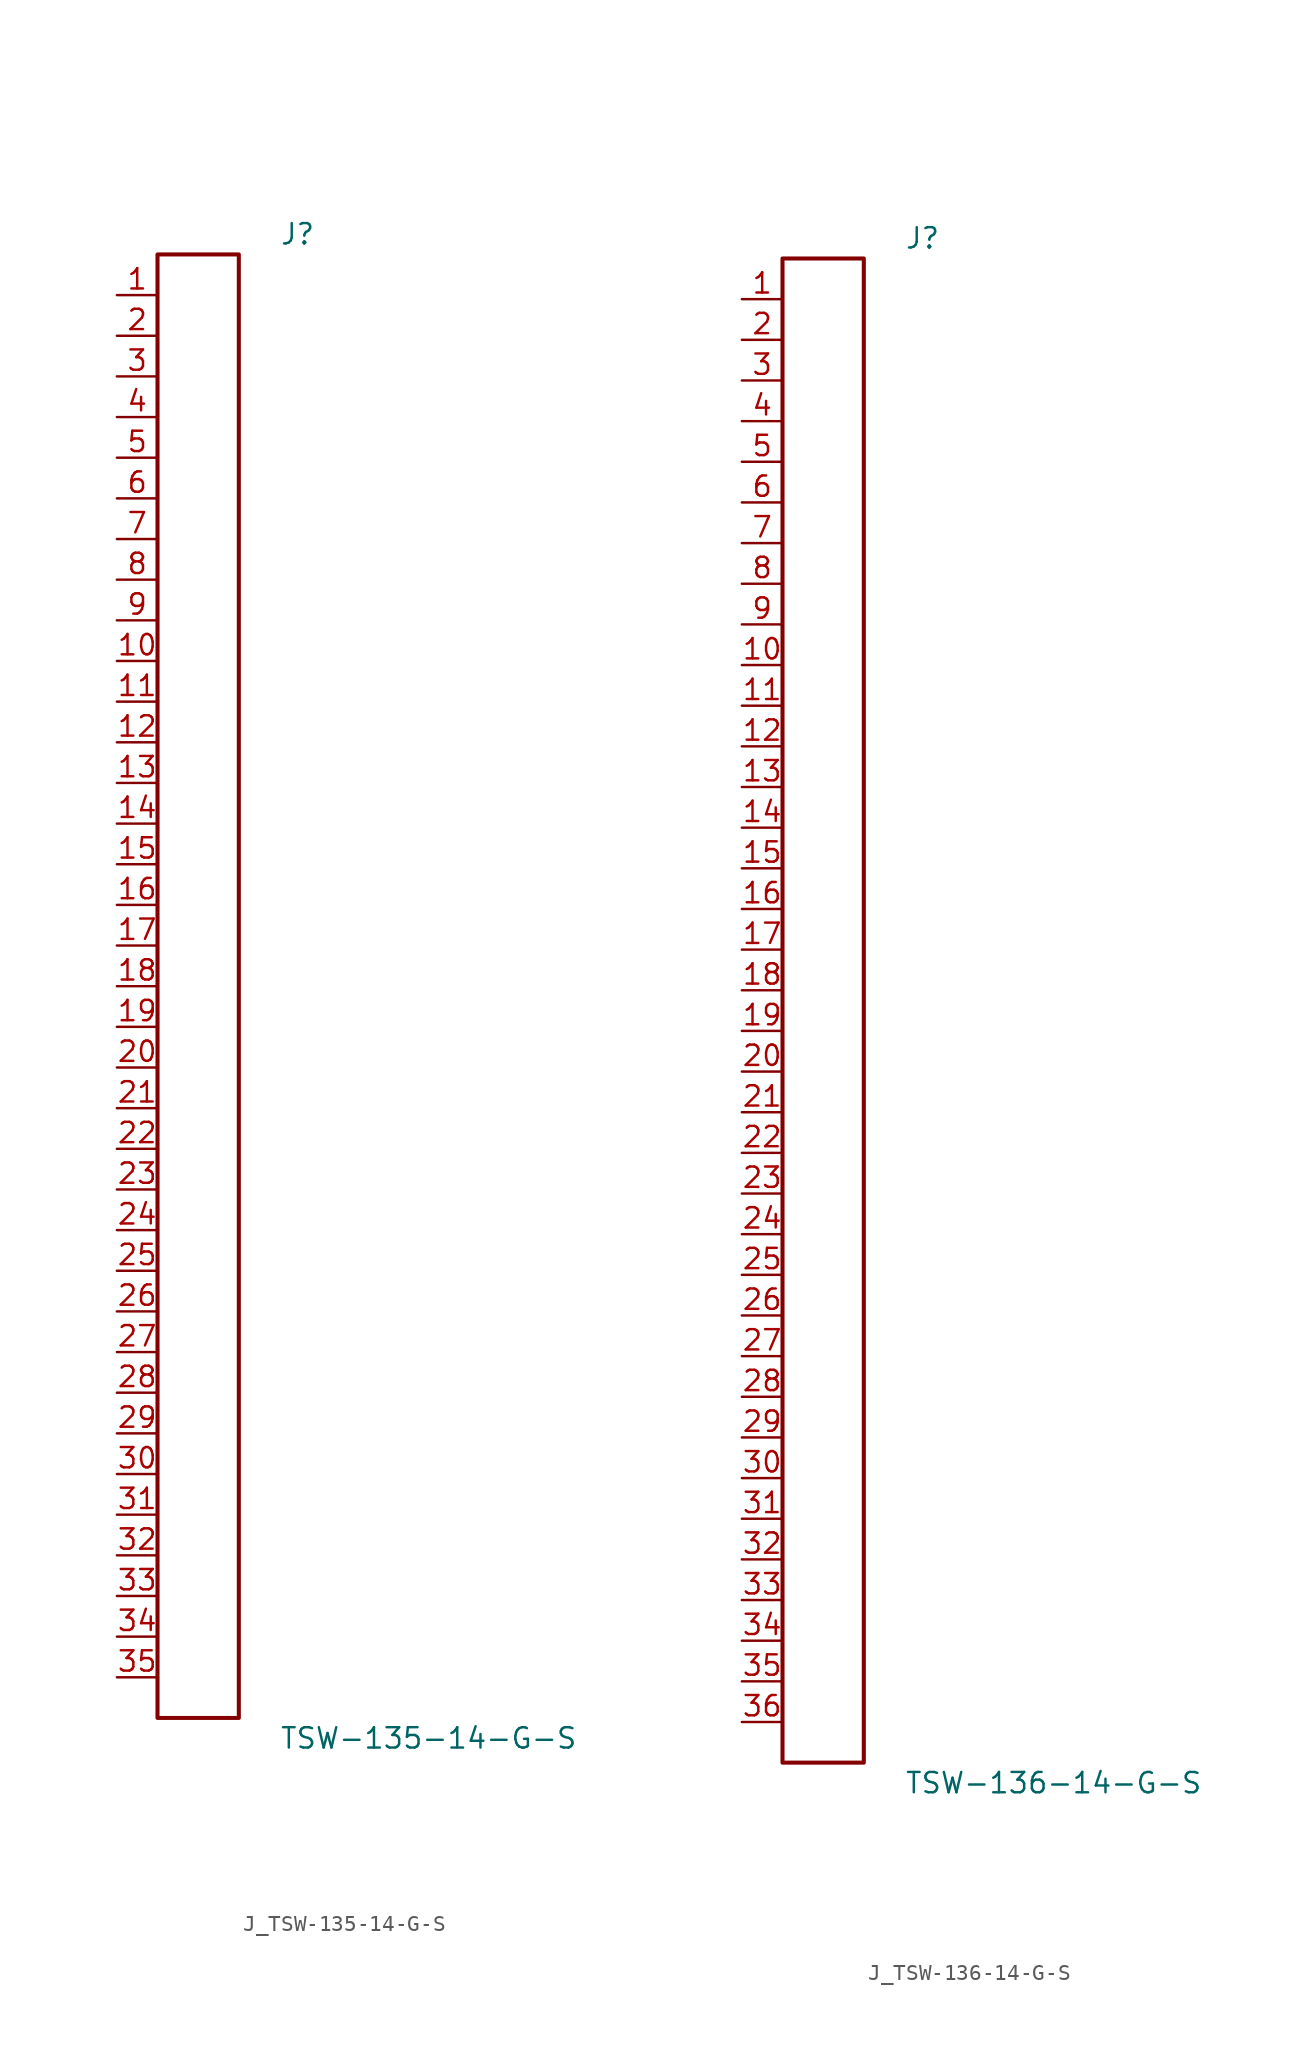
<source format=kicad_sym>
(kicad_symbol_lib
  (version 20231120)
  (generator kicad_symbol_editor)
  (generator_version 8.0)
  (symbol "J_TSW-135-14-G-S"
    (pin_names
      (offset 0.254))
    (property "Reference" "J"
      (at 5.08 46.99 0)
      (effects (font (size 1.27 1.27)) (justify left)))
    (property "Value" "TSW-135-14-G-S"
      (at 5.08 -46.99 0)
      (effects (font (size 1.27 1.27)) (justify left)))
    (symbol "J_TSW-135-14-G-S_0_0"
      (pin passive line (at -5.08 43.18 0) (length 2.54) (name "" (effects (font (size 1.27 1.27)))) (number "1" (effects (font (size 1.27 1.27)))))
      (pin passive line (at -5.08 40.64 0) (length 2.54) (name "" (effects (font (size 1.27 1.27)))) (number "2" (effects (font (size 1.27 1.27)))))
      (pin passive line (at -5.08 38.1 0) (length 2.54) (name "" (effects (font (size 1.27 1.27)))) (number "3" (effects (font (size 1.27 1.27)))))
      (pin passive line (at -5.08 35.56 0) (length 2.54) (name "" (effects (font (size 1.27 1.27)))) (number "4" (effects (font (size 1.27 1.27)))))
      (pin passive line (at -5.08 33.02 0) (length 2.54) (name "" (effects (font (size 1.27 1.27)))) (number "5" (effects (font (size 1.27 1.27)))))
      (pin passive line (at -5.08 30.48 0) (length 2.54) (name "" (effects (font (size 1.27 1.27)))) (number "6" (effects (font (size 1.27 1.27)))))
      (pin passive line (at -5.08 27.94 0) (length 2.54) (name "" (effects (font (size 1.27 1.27)))) (number "7" (effects (font (size 1.27 1.27)))))
      (pin passive line (at -5.08 25.4 0) (length 2.54) (name "" (effects (font (size 1.27 1.27)))) (number "8" (effects (font (size 1.27 1.27)))))
      (pin passive line (at -5.08 22.86 0) (length 2.54) (name "" (effects (font (size 1.27 1.27)))) (number "9" (effects (font (size 1.27 1.27)))))
      (pin passive line (at -5.08 20.32 0) (length 2.54) (name "" (effects (font (size 1.27 1.27)))) (number "10" (effects (font (size 1.27 1.27)))))
      (pin passive line (at -5.08 17.78 0) (length 2.54) (name "" (effects (font (size 1.27 1.27)))) (number "11" (effects (font (size 1.27 1.27)))))
      (pin passive line (at -5.08 15.24 0) (length 2.54) (name "" (effects (font (size 1.27 1.27)))) (number "12" (effects (font (size 1.27 1.27)))))
      (pin passive line (at -5.08 12.7 0) (length 2.54) (name "" (effects (font (size 1.27 1.27)))) (number "13" (effects (font (size 1.27 1.27)))))
      (pin passive line (at -5.08 10.16 0) (length 2.54) (name "" (effects (font (size 1.27 1.27)))) (number "14" (effects (font (size 1.27 1.27)))))
      (pin passive line (at -5.08 7.62 0) (length 2.54) (name "" (effects (font (size 1.27 1.27)))) (number "15" (effects (font (size 1.27 1.27)))))
      (pin passive line (at -5.08 5.08 0) (length 2.54) (name "" (effects (font (size 1.27 1.27)))) (number "16" (effects (font (size 1.27 1.27)))))
      (pin passive line (at -5.08 2.54 0) (length 2.54) (name "" (effects (font (size 1.27 1.27)))) (number "17" (effects (font (size 1.27 1.27)))))
      (pin passive line (at -5.08 0.0 0) (length 2.54) (name "" (effects (font (size 1.27 1.27)))) (number "18" (effects (font (size 1.27 1.27)))))
      (pin passive line (at -5.08 -2.54 0) (length 2.54) (name "" (effects (font (size 1.27 1.27)))) (number "19" (effects (font (size 1.27 1.27)))))
      (pin passive line (at -5.08 -5.08 0) (length 2.54) (name "" (effects (font (size 1.27 1.27)))) (number "20" (effects (font (size 1.27 1.27)))))
      (pin passive line (at -5.08 -7.62 0) (length 2.54) (name "" (effects (font (size 1.27 1.27)))) (number "21" (effects (font (size 1.27 1.27)))))
      (pin passive line (at -5.08 -10.16 0) (length 2.54) (name "" (effects (font (size 1.27 1.27)))) (number "22" (effects (font (size 1.27 1.27)))))
      (pin passive line (at -5.08 -12.7 0) (length 2.54) (name "" (effects (font (size 1.27 1.27)))) (number "23" (effects (font (size 1.27 1.27)))))
      (pin passive line (at -5.08 -15.24 0) (length 2.54) (name "" (effects (font (size 1.27 1.27)))) (number "24" (effects (font (size 1.27 1.27)))))
      (pin passive line (at -5.08 -17.78 0) (length 2.54) (name "" (effects (font (size 1.27 1.27)))) (number "25" (effects (font (size 1.27 1.27)))))
      (pin passive line (at -5.08 -20.32 0) (length 2.54) (name "" (effects (font (size 1.27 1.27)))) (number "26" (effects (font (size 1.27 1.27)))))
      (pin passive line (at -5.08 -22.86 0) (length 2.54) (name "" (effects (font (size 1.27 1.27)))) (number "27" (effects (font (size 1.27 1.27)))))
      (pin passive line (at -5.08 -25.4 0) (length 2.54) (name "" (effects (font (size 1.27 1.27)))) (number "28" (effects (font (size 1.27 1.27)))))
      (pin passive line (at -5.08 -27.94 0) (length 2.54) (name "" (effects (font (size 1.27 1.27)))) (number "29" (effects (font (size 1.27 1.27)))))
      (pin passive line (at -5.08 -30.48 0) (length 2.54) (name "" (effects (font (size 1.27 1.27)))) (number "30" (effects (font (size 1.27 1.27)))))
      (pin passive line (at -5.08 -33.02 0) (length 2.54) (name "" (effects (font (size 1.27 1.27)))) (number "31" (effects (font (size 1.27 1.27)))))
      (pin passive line (at -5.08 -35.56 0) (length 2.54) (name "" (effects (font (size 1.27 1.27)))) (number "32" (effects (font (size 1.27 1.27)))))
      (pin passive line (at -5.08 -38.1 0) (length 2.54) (name "" (effects (font (size 1.27 1.27)))) (number "33" (effects (font (size 1.27 1.27)))))
      (pin passive line (at -5.08 -40.64 0) (length 2.54) (name "" (effects (font (size 1.27 1.27)))) (number "34" (effects (font (size 1.27 1.27)))))
      (pin passive line (at -5.08 -43.18 0) (length 2.54) (name "" (effects (font (size 1.27 1.27)))) (number "35" (effects (font (size 1.27 1.27))))))
    (symbol "J_TSW-135-14-G-S_1_0"
      (rectangle (start -2.54 45.72) (end 2.54 -45.72) (stroke (width 0.254) (type solid)) (fill (type none)))))
  (symbol "J_TSW-136-14-G-S"
    (pin_names
      (offset 0.254))
    (property "Reference" "J"
      (at 5.08 48.26 0)
      (effects (font (size 1.27 1.27)) (justify left)))
    (property "Value" "TSW-136-14-G-S"
      (at 5.08 -48.26 0)
      (effects (font (size 1.27 1.27)) (justify left)))
    (symbol "J_TSW-136-14-G-S_0_0"
      (pin passive line (at -5.08 44.45 0) (length 2.54) (name "" (effects (font (size 1.27 1.27)))) (number "1" (effects (font (size 1.27 1.27)))))
      (pin passive line (at -5.08 41.91 0) (length 2.54) (name "" (effects (font (size 1.27 1.27)))) (number "2" (effects (font (size 1.27 1.27)))))
      (pin passive line (at -5.08 39.37 0) (length 2.54) (name "" (effects (font (size 1.27 1.27)))) (number "3" (effects (font (size 1.27 1.27)))))
      (pin passive line (at -5.08 36.83 0) (length 2.54) (name "" (effects (font (size 1.27 1.27)))) (number "4" (effects (font (size 1.27 1.27)))))
      (pin passive line (at -5.08 34.29 0) (length 2.54) (name "" (effects (font (size 1.27 1.27)))) (number "5" (effects (font (size 1.27 1.27)))))
      (pin passive line (at -5.08 31.75 0) (length 2.54) (name "" (effects (font (size 1.27 1.27)))) (number "6" (effects (font (size 1.27 1.27)))))
      (pin passive line (at -5.08 29.21 0) (length 2.54) (name "" (effects (font (size 1.27 1.27)))) (number "7" (effects (font (size 1.27 1.27)))))
      (pin passive line (at -5.08 26.67 0) (length 2.54) (name "" (effects (font (size 1.27 1.27)))) (number "8" (effects (font (size 1.27 1.27)))))
      (pin passive line (at -5.08 24.13 0) (length 2.54) (name "" (effects (font (size 1.27 1.27)))) (number "9" (effects (font (size 1.27 1.27)))))
      (pin passive line (at -5.08 21.59 0) (length 2.54) (name "" (effects (font (size 1.27 1.27)))) (number "10" (effects (font (size 1.27 1.27)))))
      (pin passive line (at -5.08 19.05 0) (length 2.54) (name "" (effects (font (size 1.27 1.27)))) (number "11" (effects (font (size 1.27 1.27)))))
      (pin passive line (at -5.08 16.51 0) (length 2.54) (name "" (effects (font (size 1.27 1.27)))) (number "12" (effects (font (size 1.27 1.27)))))
      (pin passive line (at -5.08 13.97 0) (length 2.54) (name "" (effects (font (size 1.27 1.27)))) (number "13" (effects (font (size 1.27 1.27)))))
      (pin passive line (at -5.08 11.43 0) (length 2.54) (name "" (effects (font (size 1.27 1.27)))) (number "14" (effects (font (size 1.27 1.27)))))
      (pin passive line (at -5.08 8.89 0) (length 2.54) (name "" (effects (font (size 1.27 1.27)))) (number "15" (effects (font (size 1.27 1.27)))))
      (pin passive line (at -5.08 6.35 0) (length 2.54) (name "" (effects (font (size 1.27 1.27)))) (number "16" (effects (font (size 1.27 1.27)))))
      (pin passive line (at -5.08 3.81 0) (length 2.54) (name "" (effects (font (size 1.27 1.27)))) (number "17" (effects (font (size 1.27 1.27)))))
      (pin passive line (at -5.08 1.27 0) (length 2.54) (name "" (effects (font (size 1.27 1.27)))) (number "18" (effects (font (size 1.27 1.27)))))
      (pin passive line (at -5.08 -1.27 0) (length 2.54) (name "" (effects (font (size 1.27 1.27)))) (number "19" (effects (font (size 1.27 1.27)))))
      (pin passive line (at -5.08 -3.81 0) (length 2.54) (name "" (effects (font (size 1.27 1.27)))) (number "20" (effects (font (size 1.27 1.27)))))
      (pin passive line (at -5.08 -6.35 0) (length 2.54) (name "" (effects (font (size 1.27 1.27)))) (number "21" (effects (font (size 1.27 1.27)))))
      (pin passive line (at -5.08 -8.89 0) (length 2.54) (name "" (effects (font (size 1.27 1.27)))) (number "22" (effects (font (size 1.27 1.27)))))
      (pin passive line (at -5.08 -11.43 0) (length 2.54) (name "" (effects (font (size 1.27 1.27)))) (number "23" (effects (font (size 1.27 1.27)))))
      (pin passive line (at -5.08 -13.97 0) (length 2.54) (name "" (effects (font (size 1.27 1.27)))) (number "24" (effects (font (size 1.27 1.27)))))
      (pin passive line (at -5.08 -16.51 0) (length 2.54) (name "" (effects (font (size 1.27 1.27)))) (number "25" (effects (font (size 1.27 1.27)))))
      (pin passive line (at -5.08 -19.05 0) (length 2.54) (name "" (effects (font (size 1.27 1.27)))) (number "26" (effects (font (size 1.27 1.27)))))
      (pin passive line (at -5.08 -21.59 0) (length 2.54) (name "" (effects (font (size 1.27 1.27)))) (number "27" (effects (font (size 1.27 1.27)))))
      (pin passive line (at -5.08 -24.13 0) (length 2.54) (name "" (effects (font (size 1.27 1.27)))) (number "28" (effects (font (size 1.27 1.27)))))
      (pin passive line (at -5.08 -26.67 0) (length 2.54) (name "" (effects (font (size 1.27 1.27)))) (number "29" (effects (font (size 1.27 1.27)))))
      (pin passive line (at -5.08 -29.21 0) (length 2.54) (name "" (effects (font (size 1.27 1.27)))) (number "30" (effects (font (size 1.27 1.27)))))
      (pin passive line (at -5.08 -31.75 0) (length 2.54) (name "" (effects (font (size 1.27 1.27)))) (number "31" (effects (font (size 1.27 1.27)))))
      (pin passive line (at -5.08 -34.29 0) (length 2.54) (name "" (effects (font (size 1.27 1.27)))) (number "32" (effects (font (size 1.27 1.27)))))
      (pin passive line (at -5.08 -36.83 0) (length 2.54) (name "" (effects (font (size 1.27 1.27)))) (number "33" (effects (font (size 1.27 1.27)))))
      (pin passive line (at -5.08 -39.37 0) (length 2.54) (name "" (effects (font (size 1.27 1.27)))) (number "34" (effects (font (size 1.27 1.27)))))
      (pin passive line (at -5.08 -41.91 0) (length 2.54) (name "" (effects (font (size 1.27 1.27)))) (number "35" (effects (font (size 1.27 1.27)))))
      (pin passive line (at -5.08 -44.45 0) (length 2.54) (name "" (effects (font (size 1.27 1.27)))) (number "36" (effects (font (size 1.27 1.27))))))
    (symbol "J_TSW-136-14-G-S_1_0"
      (rectangle (start -2.54 46.99) (end 2.54 -46.99) (stroke (width 0.254) (type solid)) (fill (type none))))))
</source>
